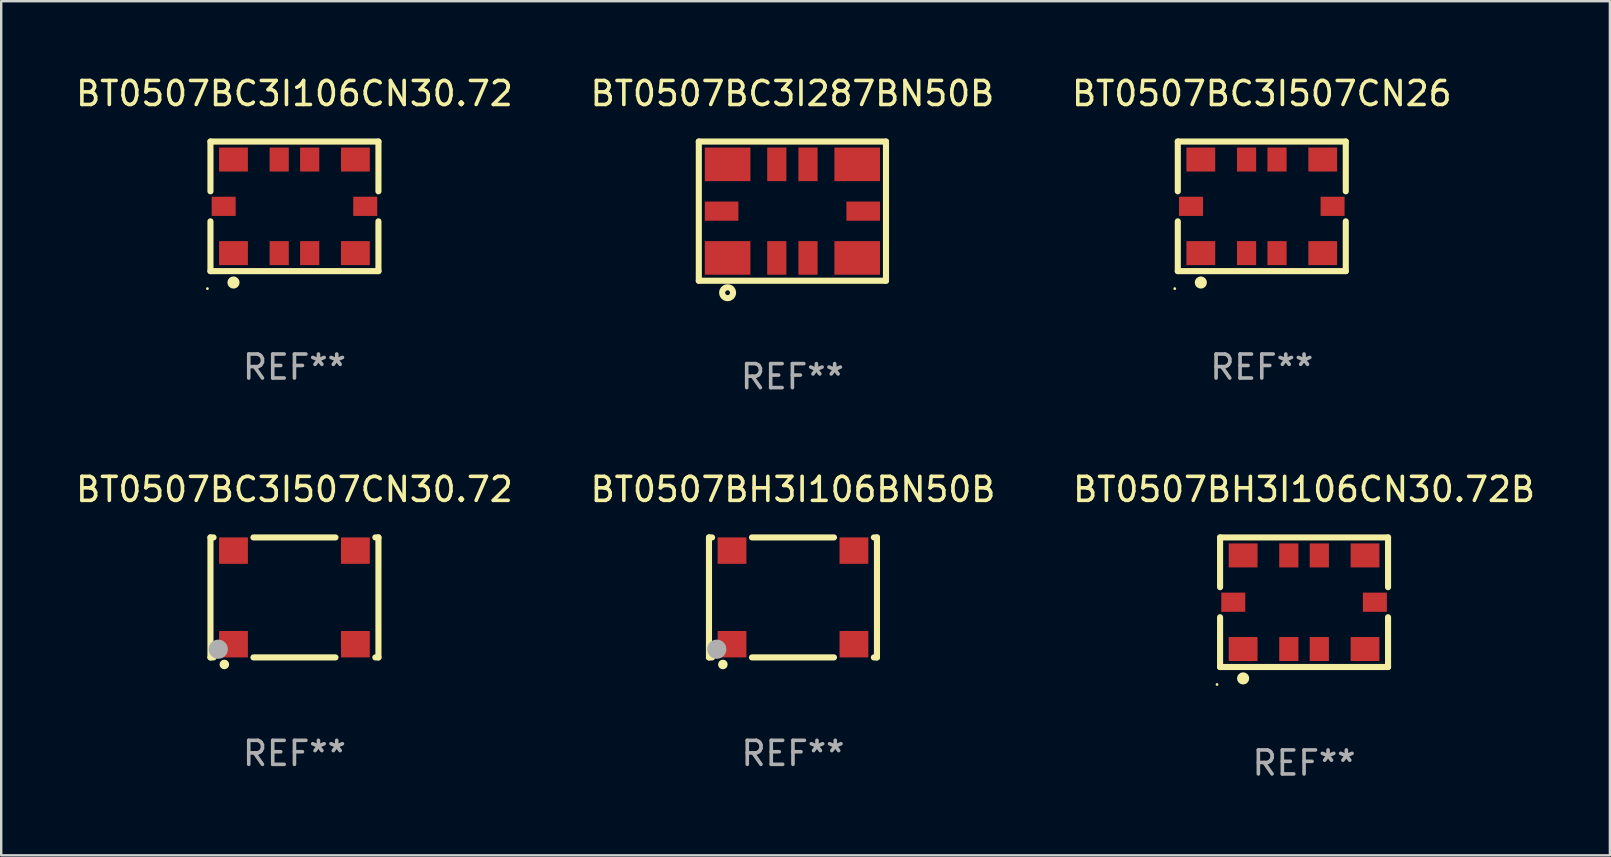
<source format=kicad_pcb>
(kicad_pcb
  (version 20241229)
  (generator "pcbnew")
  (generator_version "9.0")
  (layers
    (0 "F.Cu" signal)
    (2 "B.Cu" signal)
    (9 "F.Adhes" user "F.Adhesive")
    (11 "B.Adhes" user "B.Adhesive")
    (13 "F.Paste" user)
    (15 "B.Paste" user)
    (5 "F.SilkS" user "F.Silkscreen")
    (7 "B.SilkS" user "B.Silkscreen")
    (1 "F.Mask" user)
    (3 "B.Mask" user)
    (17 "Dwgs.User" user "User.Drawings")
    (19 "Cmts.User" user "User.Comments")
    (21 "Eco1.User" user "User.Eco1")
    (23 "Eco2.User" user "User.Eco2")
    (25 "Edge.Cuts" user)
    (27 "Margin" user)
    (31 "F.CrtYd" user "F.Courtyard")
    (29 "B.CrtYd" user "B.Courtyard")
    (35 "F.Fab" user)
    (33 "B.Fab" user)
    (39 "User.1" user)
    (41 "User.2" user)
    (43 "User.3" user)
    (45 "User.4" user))
  (footprint "BT0507BC3I287BN50B"
    (layer "F.Cu")
    (at 29.97 5.748)
    (property "Reference" "BT0507BC3I287BN50B" (at 0 -4.9 0) (layer "F.SilkS") (effects (font (size 1 1) (thickness 0.15))))
    (attr through_hole)
    (fp_line (start -3.9 -2.9) (end 3.9 -2.9) (stroke (width 0.254) (type solid)) (layer "F.SilkS"))
    (fp_line (start -3.9 2.9) (end -3.9 -2.9) (stroke (width 0.254) (type solid)) (layer "F.SilkS"))
    (fp_line (start 3.9 -2.9) (end 3.9 2.9) (stroke (width 0.254) (type solid)) (layer "F.SilkS"))
    (fp_line (start 3.9 2.9) (end -3.9 2.9) (stroke (width 0.254) (type solid)) (layer "F.SilkS"))
    (fp_circle (center -2.7 3.4) (end -2.6 3.4) (stroke (width 0.254) (type solid)) (fill no) (layer "F.SilkS"))
    (fp_text user "REF**" (at 0 6.9 0) (layer "F.Fab") (effects (font (size 1 1) (thickness 0.15))))
    (pad "1" smd rect (at -2.7 1.95 270) (size 1.4 1.9) (layers "F.Cu" "F.Mask" "F.Paste"))
    (pad "2" smd rect (at 2.7 1.95 90) (size 1.4 1.9) (layers "F.Cu" "F.Mask" "F.Paste"))
    (pad "3" smd rect (at 2.7 -1.95 90) (size 1.4 1.9) (layers "F.Cu" "F.Mask" "F.Paste"))
    (pad "4" smd rect (at -2.7 -1.95 270) (size 1.4 1.9) (layers "F.Cu" "F.Mask" "F.Paste"))
    (pad "5" smd rect (at -0.65 1.95) (size 0.8 1.4) (layers "F.Cu" "F.Mask" "F.Paste"))
    (pad "6" smd rect (at 0.65 1.95) (size 0.8 1.4) (layers "F.Cu" "F.Mask" "F.Paste"))
    (pad "7" smd rect (at 2.95 0 90) (size 0.8 1.4) (layers "F.Cu" "F.Mask" "F.Paste"))
    (pad "8" smd rect (at 0.65 -1.95 180) (size 0.8 1.4) (layers "F.Cu" "F.Mask" "F.Paste"))
    (pad "9" smd rect (at -0.65 -1.95 180) (size 0.8 1.4) (layers "F.Cu" "F.Mask" "F.Paste"))
    (pad "10" smd rect (at -2.95 0 270) (size 0.8 1.4) (layers "F.Cu" "F.Mask" "F.Paste")))
  (footprint "BT0507BC3I507CN30.72"
    (layer "F.Cu")
    (at 9.22 21.845)
    (property "Reference" "BT0507BC3I507CN30.72" (at 0 -4.5 0) (layer "F.SilkS") (effects (font (size 1 1) (thickness 0.15))))
    (attr through_hole)
    (fp_line (start -3.5 -2.5) (end -3.5 2.5) (stroke (width 0.254) (type solid)) (layer "F.SilkS"))
    (fp_line (start -3.5 -2.5) (end -3.371 -2.5) (stroke (width 0.254) (type solid)) (layer "F.SilkS"))
    (fp_line (start -3.5 2.5) (end -3.371 2.5) (stroke (width 0.254) (type solid)) (layer "F.SilkS"))
    (fp_line (start -1.709 -2.5) (end 1.709 -2.5) (stroke (width 0.254) (type solid)) (layer "F.SilkS"))
    (fp_line (start -1.709 2.5) (end 1.709 2.5) (stroke (width 0.254) (type solid)) (layer "F.SilkS"))
    (fp_line (start 3.371 -2.5) (end 3.5 -2.5) (stroke (width 0.254) (type solid)) (layer "F.SilkS"))
    (fp_line (start 3.371 2.5) (end 3.5 2.5) (stroke (width 0.254) (type solid)) (layer "F.SilkS"))
    (fp_line (start 3.5 -2.5) (end 3.5 2.5) (stroke (width 0.254) (type solid)) (layer "F.SilkS"))
    (fp_circle (center -3.5 2.5) (end -3.47 2.5) (stroke (width 0.06) (type solid)) (fill no) (layer "F.SilkS"))
    (fp_circle (center -2.921 2.794) (end -2.821 2.794) (stroke (width 0.2) (type solid)) (fill no) (layer "F.SilkS"))
    (fp_circle (center -3.175 2.159) (end -2.975 2.159) (stroke (width 0.4) (type solid)) (fill no) (layer "F.Fab"))
    (fp_text user "REF**" (at 0 6.5 0) (layer "F.Fab") (effects (font (size 1 1) (thickness 0.15))))
    (pad "1" smd rect (at -2.54 1.95) (size 1.2 1.1) (layers "F.Cu" "F.Mask" "F.Paste"))
    (pad "2" smd rect (at 2.54 1.95) (size 1.2 1.1) (layers "F.Cu" "F.Mask" "F.Paste"))
    (pad "3" smd rect (at 2.54 -1.95) (size 1.2 1.1) (layers "F.Cu" "F.Mask" "F.Paste"))
    (pad "4" smd rect (at -2.54 -1.95) (size 1.2 1.1) (layers "F.Cu" "F.Mask" "F.Paste")))
  (footprint "BT0507BH3I106BN50B"
    (layer "F.Cu")
    (at 29.994 21.845)
    (property "Reference" "BT0507BH3I106BN50B" (at 0 -4.5 0) (layer "F.SilkS") (effects (font (size 1 1) (thickness 0.15))))
    (attr through_hole)
    (fp_line (start -3.5 -2.5) (end -3.5 2.5) (stroke (width 0.254) (type solid)) (layer "F.SilkS"))
    (fp_line (start -3.5 -2.5) (end -3.371 -2.5) (stroke (width 0.254) (type solid)) (layer "F.SilkS"))
    (fp_line (start -3.5 2.5) (end -3.371 2.5) (stroke (width 0.254) (type solid)) (layer "F.SilkS"))
    (fp_line (start -1.709 -2.5) (end 1.709 -2.5) (stroke (width 0.254) (type solid)) (layer "F.SilkS"))
    (fp_line (start -1.709 2.5) (end 1.709 2.5) (stroke (width 0.254) (type solid)) (layer "F.SilkS"))
    (fp_line (start 3.371 -2.5) (end 3.5 -2.5) (stroke (width 0.254) (type solid)) (layer "F.SilkS"))
    (fp_line (start 3.371 2.5) (end 3.5 2.5) (stroke (width 0.254) (type solid)) (layer "F.SilkS"))
    (fp_line (start 3.5 -2.5) (end 3.5 2.5) (stroke (width 0.254) (type solid)) (layer "F.SilkS"))
    (fp_circle (center -3.5 2.5) (end -3.47 2.5) (stroke (width 0.06) (type solid)) (fill no) (layer "F.SilkS"))
    (fp_circle (center -2.921 2.794) (end -2.821 2.794) (stroke (width 0.2) (type solid)) (fill no) (layer "F.SilkS"))
    (fp_circle (center -3.175 2.159) (end -2.975 2.159) (stroke (width 0.4) (type solid)) (fill no) (layer "F.Fab"))
    (fp_text user "REF**" (at 0 6.5 0) (layer "F.Fab") (effects (font (size 1 1) (thickness 0.15))))
    (pad "1" smd rect (at -2.54 1.95) (size 1.2 1.1) (layers "F.Cu" "F.Mask" "F.Paste"))
    (pad "2" smd rect (at 2.54 1.95) (size 1.2 1.1) (layers "F.Cu" "F.Mask" "F.Paste"))
    (pad "3" smd rect (at 2.54 -1.95) (size 1.2 1.1) (layers "F.Cu" "F.Mask" "F.Paste"))
    (pad "4" smd rect (at -2.54 -1.95) (size 1.2 1.1) (layers "F.Cu" "F.Mask" "F.Paste")))
  (footprint "BT0507BH3I106CN30.72B"
    (layer "F.Cu")
    (at 51.292 22.045)
    (property "Reference" "BT0507BH3I106CN30.72B" (at 0 -4.7 0) (layer "F.SilkS") (effects (font (size 1 1) (thickness 0.15))))
    (attr through_hole)
    (fp_line (start -3.5 -2.7) (end -3.5 -0.626) (stroke (width 0.254) (type solid)) (layer "F.SilkS"))
    (fp_line (start -3.5 -2.7) (end 3.5 -2.7) (stroke (width 0.254) (type solid)) (layer "F.SilkS"))
    (fp_line (start -3.5 0.626) (end -3.5 2.7) (stroke (width 0.254) (type solid)) (layer "F.SilkS"))
    (fp_line (start -3.5 2.7) (end 3.5 2.7) (stroke (width 0.254) (type solid)) (layer "F.SilkS"))
    (fp_line (start 3.5 -2.7) (end 3.5 -0.626) (stroke (width 0.254) (type solid)) (layer "F.SilkS"))
    (fp_line (start 3.5 0.626) (end 3.5 2.7) (stroke (width 0.254) (type solid)) (layer "F.SilkS"))
    (fp_circle (center -3.627 3.429) (end -3.597 3.429) (stroke (width 0.06) (type solid)) (fill no) (layer "F.SilkS"))
    (fp_circle (center -2.54 3.175) (end -2.413 3.175) (stroke (width 0.254) (type solid)) (fill no) (layer "F.SilkS"))
    (fp_text user "REF**" (at 0 6.7 0) (layer "F.Fab") (effects (font (size 1 1) (thickness 0.15))))
    (pad "1" smd rect (at -2.54 1.95 90) (size 1 1.2) (layers "F.Cu" "F.Mask" "F.Paste"))
    (pad "2" smd rect (at 2.54 1.95 90) (size 1 1.2) (layers "F.Cu" "F.Mask" "F.Paste"))
    (pad "3" smd rect (at 2.54 -1.95 270) (size 1 1.2) (layers "F.Cu" "F.Mask" "F.Paste"))
    (pad "4" smd rect (at -2.54 -1.95 90) (size 1 1.2) (layers "F.Cu" "F.Mask" "F.Paste"))
    (pad "5" smd rect (at -0.635 1.95 270) (size 1 0.8) (layers "F.Cu" "F.Mask" "F.Paste"))
    (pad "6" smd rect (at 0.635 1.95 270) (size 1 0.8) (layers "F.Cu" "F.Mask" "F.Paste"))
    (pad "7" smd rect (at 0.635 -1.95 270) (size 1 0.8) (layers "F.Cu" "F.Mask" "F.Paste"))
    (pad "8" smd rect (at -0.635 -1.95 270) (size 1 0.8) (layers "F.Cu" "F.Mask" "F.Paste"))
    (pad "9" smd rect (at -2.95 0) (size 1 0.8) (layers "F.Cu" "F.Mask" "F.Paste"))
    (pad "10" smd rect (at 2.95 0) (size 1 0.8) (layers "F.Cu" "F.Mask" "F.Paste")))
  (footprint "BT0507BC3I106CN30.72"
    (layer "F.Cu")
    (at 9.22 5.548)
    (property "Reference" "BT0507BC3I106CN30.72" (at 0 -4.7 0) (layer "F.SilkS") (effects (font (size 1 1) (thickness 0.15))))
    (attr through_hole)
    (fp_line (start -3.5 -2.7) (end -3.5 -0.626) (stroke (width 0.254) (type solid)) (layer "F.SilkS"))
    (fp_line (start -3.5 -2.7) (end 3.5 -2.7) (stroke (width 0.254) (type solid)) (layer "F.SilkS"))
    (fp_line (start -3.5 0.626) (end -3.5 2.7) (stroke (width 0.254) (type solid)) (layer "F.SilkS"))
    (fp_line (start -3.5 2.7) (end 3.5 2.7) (stroke (width 0.254) (type solid)) (layer "F.SilkS"))
    (fp_line (start 3.5 -2.7) (end 3.5 -0.626) (stroke (width 0.254) (type solid)) (layer "F.SilkS"))
    (fp_line (start 3.5 0.626) (end 3.5 2.7) (stroke (width 0.254) (type solid)) (layer "F.SilkS"))
    (fp_circle (center -3.627 3.429) (end -3.597 3.429) (stroke (width 0.06) (type solid)) (fill no) (layer "F.SilkS"))
    (fp_circle (center -2.54 3.175) (end -2.413 3.175) (stroke (width 0.254) (type solid)) (fill no) (layer "F.SilkS"))
    (fp_text user "REF**" (at 0 6.7 0) (layer "F.Fab") (effects (font (size 1 1) (thickness 0.15))))
    (pad "1" smd rect (at -2.54 1.95 90) (size 1 1.2) (layers "F.Cu" "F.Mask" "F.Paste"))
    (pad "2" smd rect (at 2.54 1.95 90) (size 1 1.2) (layers "F.Cu" "F.Mask" "F.Paste"))
    (pad "3" smd rect (at 2.54 -1.95 270) (size 1 1.2) (layers "F.Cu" "F.Mask" "F.Paste"))
    (pad "4" smd rect (at -2.54 -1.95 90) (size 1 1.2) (layers "F.Cu" "F.Mask" "F.Paste"))
    (pad "5" smd rect (at -0.635 1.95 270) (size 1 0.8) (layers "F.Cu" "F.Mask" "F.Paste"))
    (pad "6" smd rect (at 0.635 1.95 270) (size 1 0.8) (layers "F.Cu" "F.Mask" "F.Paste"))
    (pad "7" smd rect (at 0.635 -1.95 270) (size 1 0.8) (layers "F.Cu" "F.Mask" "F.Paste"))
    (pad "8" smd rect (at -0.635 -1.95 270) (size 1 0.8) (layers "F.Cu" "F.Mask" "F.Paste"))
    (pad "9" smd rect (at -2.95 0) (size 1 0.8) (layers "F.Cu" "F.Mask" "F.Paste"))
    (pad "10" smd rect (at 2.95 0) (size 1 0.8) (layers "F.Cu" "F.Mask" "F.Paste")))
  (footprint "BT0507BC3I507CN26"
    (layer "F.Cu")
    (at 49.53 5.548)
    (property "Reference" "BT0507BC3I507CN26" (at 0 -4.7 0) (layer "F.SilkS") (effects (font (size 1 1) (thickness 0.15))))
    (attr through_hole)
    (fp_line (start -3.5 -2.7) (end -3.5 -0.626) (stroke (width 0.254) (type solid)) (layer "F.SilkS"))
    (fp_line (start -3.5 -2.7) (end 3.5 -2.7) (stroke (width 0.254) (type solid)) (layer "F.SilkS"))
    (fp_line (start -3.5 0.626) (end -3.5 2.7) (stroke (width 0.254) (type solid)) (layer "F.SilkS"))
    (fp_line (start -3.5 2.7) (end 3.5 2.7) (stroke (width 0.254) (type solid)) (layer "F.SilkS"))
    (fp_line (start 3.5 -2.7) (end 3.5 -0.626) (stroke (width 0.254) (type solid)) (layer "F.SilkS"))
    (fp_line (start 3.5 0.626) (end 3.5 2.7) (stroke (width 0.254) (type solid)) (layer "F.SilkS"))
    (fp_circle (center -3.627 3.429) (end -3.597 3.429) (stroke (width 0.06) (type solid)) (fill no) (layer "F.SilkS"))
    (fp_circle (center -2.54 3.175) (end -2.413 3.175) (stroke (width 0.254) (type solid)) (fill no) (layer "F.SilkS"))
    (fp_text user "REF**" (at 0 6.7 0) (layer "F.Fab") (effects (font (size 1 1) (thickness 0.15))))
    (pad "1" smd rect (at -2.54 1.95 90) (size 1 1.2) (layers "F.Cu" "F.Mask" "F.Paste"))
    (pad "2" smd rect (at 2.54 1.95 90) (size 1 1.2) (layers "F.Cu" "F.Mask" "F.Paste"))
    (pad "3" smd rect (at 2.54 -1.95 270) (size 1 1.2) (layers "F.Cu" "F.Mask" "F.Paste"))
    (pad "4" smd rect (at -2.54 -1.95 90) (size 1 1.2) (layers "F.Cu" "F.Mask" "F.Paste"))
    (pad "5" smd rect (at -0.635 1.95 270) (size 1 0.8) (layers "F.Cu" "F.Mask" "F.Paste"))
    (pad "6" smd rect (at 0.635 1.95 270) (size 1 0.8) (layers "F.Cu" "F.Mask" "F.Paste"))
    (pad "7" smd rect (at 0.635 -1.95 270) (size 1 0.8) (layers "F.Cu" "F.Mask" "F.Paste"))
    (pad "8" smd rect (at -0.635 -1.95 270) (size 1 0.8) (layers "F.Cu" "F.Mask" "F.Paste"))
    (pad "9" smd rect (at -2.95 0) (size 1 0.8) (layers "F.Cu" "F.Mask" "F.Paste"))
    (pad "10" smd rect (at 2.95 0) (size 1 0.8) (layers "F.Cu" "F.Mask" "F.Paste")))
  (gr_rect
    (start -3 -3)
    (end 64.036 32.593)
    (stroke (width 0.1) (type default))
    (fill no)
    (layer "Edge.Cuts")))
</source>
